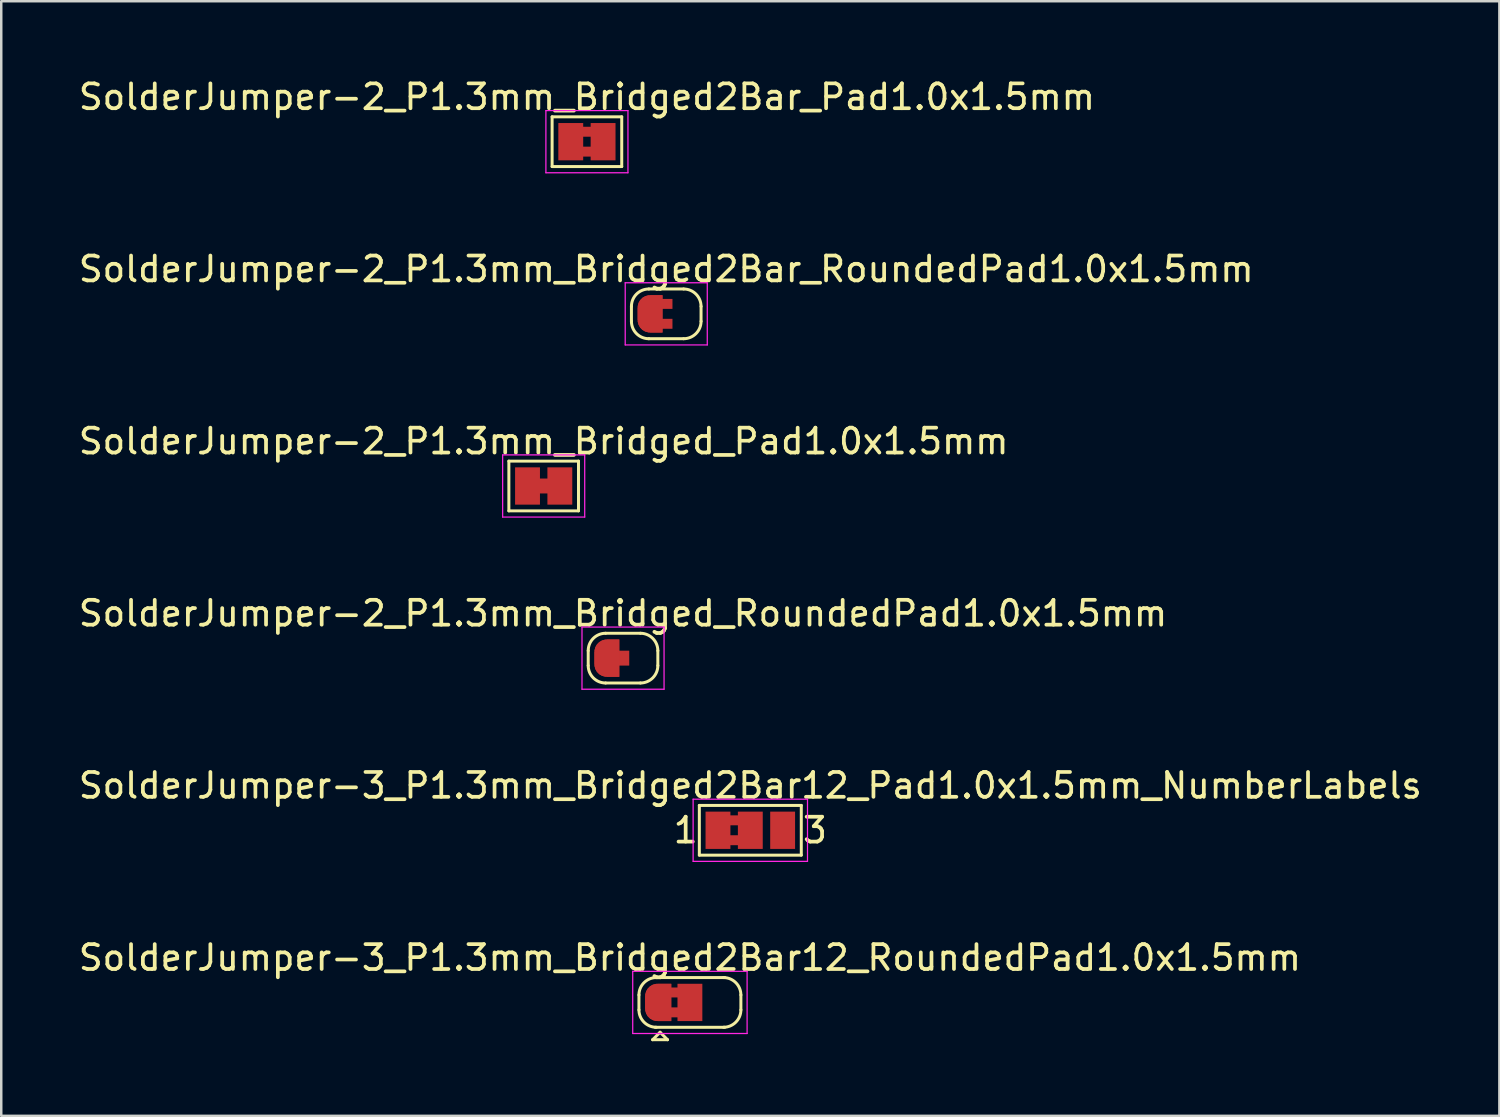
<source format=kicad_pcb>
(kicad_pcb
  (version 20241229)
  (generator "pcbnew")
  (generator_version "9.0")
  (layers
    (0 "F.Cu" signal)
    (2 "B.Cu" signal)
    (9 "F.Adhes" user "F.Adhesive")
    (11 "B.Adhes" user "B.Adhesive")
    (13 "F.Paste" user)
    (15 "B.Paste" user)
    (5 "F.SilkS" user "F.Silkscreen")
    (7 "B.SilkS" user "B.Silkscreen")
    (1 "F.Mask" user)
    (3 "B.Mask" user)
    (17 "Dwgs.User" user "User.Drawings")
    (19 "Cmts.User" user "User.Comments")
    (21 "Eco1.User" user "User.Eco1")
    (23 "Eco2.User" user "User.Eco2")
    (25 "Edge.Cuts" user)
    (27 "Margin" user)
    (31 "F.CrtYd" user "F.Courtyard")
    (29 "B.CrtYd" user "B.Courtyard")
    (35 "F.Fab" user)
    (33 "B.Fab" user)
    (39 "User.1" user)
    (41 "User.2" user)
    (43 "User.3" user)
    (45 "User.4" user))
  (footprint "SolderJumper-3_P1.3mm_Bridged2Bar12_RoundedPad1.0x1.5mm"
    (layer "F.Cu")
    (at 24.696 37.264)
    (property "Reference" "SolderJumper-3_P1.3mm_Bridged2Bar12_RoundedPad1.0x1.5mm" (at 0 -1.8 0) (layer "F.SilkS") (effects (font (size 1 1) (thickness 0.15))))
    (attr exclude_from_pos_files exclude_from_bom)
    (fp_poly (pts (xy -0.85 -0.6) (xy -0.85 -0.2) (xy -0.4 -0.2) (xy -0.4 -0.6)) (stroke (width 0) (type solid)) (fill yes) (layer "F.Cu"))
    (fp_poly (pts (xy -0.85 0.2) (xy -0.85 0.6) (xy -0.4 0.6) (xy -0.4 0.2)) (stroke (width 0) (type solid)) (fill yes) (layer "F.Cu"))
    (fp_line (start -2.05 0.3) (end -2.05 -0.3) (stroke (width 0.12) (type solid)) (layer "F.SilkS"))
    (fp_line (start -1.5 1.5) (end -0.9 1.5) (stroke (width 0.12) (type solid)) (layer "F.SilkS"))
    (fp_line (start -1.4 -1) (end 1.4 -1) (stroke (width 0.12) (type solid)) (layer "F.SilkS"))
    (fp_line (start -1.2 1.2) (end -1.5 1.5) (stroke (width 0.12) (type solid)) (layer "F.SilkS"))
    (fp_line (start -1.2 1.2) (end -0.9 1.5) (stroke (width 0.12) (type solid)) (layer "F.SilkS"))
    (fp_line (start 1.4 1) (end -1.4 1) (stroke (width 0.12) (type solid)) (layer "F.SilkS"))
    (fp_line (start 2.05 -0.3) (end 2.05 0.3) (stroke (width 0.12) (type solid)) (layer "F.SilkS"))
    (fp_arc (start -2.05 -0.3) (mid -1.844975 -0.794975) (end -1.35 -1) (stroke (width 0.12) (type solid)) (layer "F.SilkS"))
    (fp_arc (start -1.35 1) (mid -1.844975 0.794975) (end -2.05 0.3) (stroke (width 0.12) (type solid)) (layer "F.SilkS"))
    (fp_arc (start 1.35 -1) (mid 1.844975 -0.794975) (end 2.05 -0.3) (stroke (width 0.12) (type solid)) (layer "F.SilkS"))
    (fp_arc (start 2.05 0.3) (mid 1.844975 0.794975) (end 1.35 1) (stroke (width 0.12) (type solid)) (layer "F.SilkS"))
    (fp_line (start -2.3 -1.25) (end -2.3 1.25) (stroke (width 0.05) (type solid)) (layer "F.CrtYd"))
    (fp_line (start -2.3 -1.25) (end 2.3 -1.25) (stroke (width 0.05) (type solid)) (layer "F.CrtYd"))
    (fp_line (start 2.3 1.25) (end -2.3 1.25) (stroke (width 0.05) (type solid)) (layer "F.CrtYd"))
    (fp_line (start 2.3 1.25) (end 2.3 -1.25) (stroke (width 0.05) (type solid)) (layer "F.CrtYd"))
    (pad "1" smd custom (at -1.3 0) (size 1 0.5) (layers "F.Cu" "F.Mask") (options (anchor rect)) (primitives (gr_circle (center 0 0.25) (end 0.5 0.25) (width 0) (fill yes)) (gr_circle (center 0 -0.25) (end 0.5 -0.25) (width 0) (fill yes)) (gr_poly (pts (xy 0.55 -0.75) (xy 0 -0.75) (xy 0 0.75) (xy 0.55 0.75)) (width 0) (fill yes))))
    (pad "1" smd custom (at -1.3 0) (size 1 0.5) (layers "F.Cu" "F.Mask") (options (anchor rect)) (primitives (gr_circle (center 0 0.25) (end 0.5 0.25) (width 0) (fill yes)) (gr_circle (center 0 -0.25) (end 0.5 -0.25) (width 0) (fill yes)) (gr_poly (pts (xy 0.55 -0.75) (xy 0 -0.75) (xy 0 0.75) (xy 0.55 0.75)) (width 0) (fill yes))))
    (pad "2" smd rect (at 0 0) (size 1 1.5) (layers "F.Cu" "F.Mask")))
  (footprint "SolderJumper-2_P1.3mm_Bridged_Pad1.0x1.5mm"
    (layer "F.Cu")
    (at 18.815 16.495)
    (property "Reference" "SolderJumper-2_P1.3mm_Bridged_Pad1.0x1.5mm" (at 0 -1.8 0) (layer "F.SilkS") (effects (font (size 1 1) (thickness 0.15))))
    (attr exclude_from_pos_files exclude_from_bom)
    (fp_poly (pts (xy -0.25 -0.3) (xy -0.25 0.3) (xy 0.25 0.3) (xy 0.25 -0.3)) (stroke (width 0) (type solid)) (fill yes) (layer "F.Cu"))
    (fp_line (start -1.4 -1) (end 1.4 -1) (stroke (width 0.12) (type solid)) (layer "F.SilkS"))
    (fp_line (start -1.4 1) (end -1.4 -1) (stroke (width 0.12) (type solid)) (layer "F.SilkS"))
    (fp_line (start 1.4 -1) (end 1.4 1) (stroke (width 0.12) (type solid)) (layer "F.SilkS"))
    (fp_line (start 1.4 1) (end -1.4 1) (stroke (width 0.12) (type solid)) (layer "F.SilkS"))
    (fp_line (start -1.65 -1.25) (end -1.65 1.25) (stroke (width 0.05) (type solid)) (layer "F.CrtYd"))
    (fp_line (start -1.65 -1.25) (end 1.65 -1.25) (stroke (width 0.05) (type solid)) (layer "F.CrtYd"))
    (fp_line (start 1.65 1.25) (end -1.65 1.25) (stroke (width 0.05) (type solid)) (layer "F.CrtYd"))
    (fp_line (start 1.65 1.25) (end 1.65 -1.25) (stroke (width 0.05) (type solid)) (layer "F.CrtYd"))
    (pad "1" smd rect (at -0.65 0) (size 1 1.5) (layers "F.Cu" "F.Mask"))
    (pad "2" smd rect (at 0.65 0) (size 1 1.5) (layers "F.Cu" "F.Mask")))
  (footprint "SolderJumper-2_P1.3mm_Bridged2Bar_Pad1.0x1.5mm"
    (layer "F.Cu")
    (at 20.554 2.648)
    (property "Reference" "SolderJumper-2_P1.3mm_Bridged2Bar_Pad1.0x1.5mm" (at 0 -1.8 0) (layer "F.SilkS") (effects (font (size 1 1) (thickness 0.15))))
    (attr exclude_from_pos_files exclude_from_bom)
    (fp_poly (pts (xy -0.25 -0.6) (xy -0.25 -0.2) (xy 0.25 -0.2) (xy 0.25 -0.6)) (stroke (width 0) (type solid)) (fill yes) (layer "F.Cu"))
    (fp_poly (pts (xy -0.25 0.2) (xy -0.25 0.6) (xy 0.25 0.6) (xy 0.25 0.2)) (stroke (width 0) (type solid)) (fill yes) (layer "F.Cu"))
    (fp_line (start -1.4 -1) (end 1.4 -1) (stroke (width 0.12) (type solid)) (layer "F.SilkS"))
    (fp_line (start -1.4 1) (end -1.4 -1) (stroke (width 0.12) (type solid)) (layer "F.SilkS"))
    (fp_line (start 1.4 -1) (end 1.4 1) (stroke (width 0.12) (type solid)) (layer "F.SilkS"))
    (fp_line (start 1.4 1) (end -1.4 1) (stroke (width 0.12) (type solid)) (layer "F.SilkS"))
    (fp_line (start -1.65 -1.25) (end -1.65 1.25) (stroke (width 0.05) (type solid)) (layer "F.CrtYd"))
    (fp_line (start -1.65 -1.25) (end 1.65 -1.25) (stroke (width 0.05) (type solid)) (layer "F.CrtYd"))
    (fp_line (start 1.65 1.25) (end -1.65 1.25) (stroke (width 0.05) (type solid)) (layer "F.CrtYd"))
    (fp_line (start 1.65 1.25) (end 1.65 -1.25) (stroke (width 0.05) (type solid)) (layer "F.CrtYd"))
    (pad "1" smd custom (at -0.65 0) (size 1 1.5) (layers "F.Cu" "F.Mask") (options (anchor rect)) (primitives))
    (pad "2" smd rect (at 0.65 0) (size 1 1.5) (layers "F.Cu" "F.Mask")))
  (footprint "SolderJumper-2_P1.3mm_Bridged_RoundedPad1.0x1.5mm"
    (layer "F.Cu")
    (at 22.006 23.418)
    (property "Reference" "SolderJumper-2_P1.3mm_Bridged_RoundedPad1.0x1.5mm" (at 0 -1.8 0) (layer "F.SilkS") (effects (font (size 1 1) (thickness 0.15))))
    (attr exclude_from_pos_files exclude_from_bom)
    (fp_poly (pts (xy -0.25 -0.3) (xy -0.25 0.3) (xy 0.25 0.3) (xy 0.25 -0.3)) (stroke (width 0) (type solid)) (fill yes) (layer "F.Cu"))
    (fp_line (start -1.4 0.3) (end -1.4 -0.3) (stroke (width 0.12) (type solid)) (layer "F.SilkS"))
    (fp_line (start -0.7 -1) (end 0.7 -1) (stroke (width 0.12) (type solid)) (layer "F.SilkS"))
    (fp_line (start 0.7 1) (end -0.7 1) (stroke (width 0.12) (type solid)) (layer "F.SilkS"))
    (fp_line (start 1.4 -0.3) (end 1.4 0.3) (stroke (width 0.12) (type solid)) (layer "F.SilkS"))
    (fp_arc (start -1.4 -0.3) (mid -1.194975 -0.794975) (end -0.7 -1) (stroke (width 0.12) (type solid)) (layer "F.SilkS"))
    (fp_arc (start -0.7 1) (mid -1.194975 0.794975) (end -1.4 0.3) (stroke (width 0.12) (type solid)) (layer "F.SilkS"))
    (fp_arc (start 0.7 -1) (mid 1.194975 -0.794975) (end 1.4 -0.3) (stroke (width 0.12) (type solid)) (layer "F.SilkS"))
    (fp_arc (start 1.4 0.3) (mid 1.194975 0.794975) (end 0.7 1) (stroke (width 0.12) (type solid)) (layer "F.SilkS"))
    (fp_line (start -1.65 -1.25) (end -1.65 1.25) (stroke (width 0.05) (type solid)) (layer "F.CrtYd"))
    (fp_line (start -1.65 -1.25) (end 1.65 -1.25) (stroke (width 0.05) (type solid)) (layer "F.CrtYd"))
    (fp_line (start 1.65 1.25) (end -1.65 1.25) (stroke (width 0.05) (type solid)) (layer "F.CrtYd"))
    (fp_line (start 1.65 1.25) (end 1.65 -1.25) (stroke (width 0.05) (type solid)) (layer "F.CrtYd"))
    (pad "1" smd custom (at -0.65 0) (size 1 0.5) (layers "F.Cu" "F.Mask") (options (anchor rect)) (primitives (gr_circle (center 0 0.25) (end 0.5 0.25) (width 0) (fill yes)) (gr_circle (center 0 -0.25) (end 0.5 -0.25) (width 0) (fill yes)) (gr_poly (pts (xy 0 -0.75) (xy 0.5 -0.75) (xy 0.5 0.75) (xy 0 0.75)) (width 0) (fill yes))))
    (pad "1" smd custom (at -0.65 0) (size 1 0.5) (layers "F.Cu" "F.Mask") (options (anchor rect)) (primitives (gr_circle (center 0 0.25) (end 0.5 0.25) (width 0) (fill yes)) (gr_circle (center 0 -0.25) (end 0.5 -0.25) (width 0) (fill yes)) (gr_poly (pts (xy 0 -0.75) (xy 0.5 -0.75) (xy 0.5 0.75) (xy 0 0.75)) (width 0) (fill yes)))))
  (footprint "SolderJumper-2_P1.3mm_Bridged2Bar_RoundedPad1.0x1.5mm"
    (layer "F.Cu")
    (at 23.744 9.572)
    (property "Reference" "SolderJumper-2_P1.3mm_Bridged2Bar_RoundedPad1.0x1.5mm" (at 0 -1.8 0) (layer "F.SilkS") (effects (font (size 1 1) (thickness 0.15))))
    (attr exclude_from_pos_files exclude_from_bom)
    (fp_poly (pts (xy -0.25 -0.6) (xy -0.25 -0.2) (xy 0.25 -0.2) (xy 0.25 -0.6)) (stroke (width 0) (type solid)) (fill yes) (layer "F.Cu"))
    (fp_poly (pts (xy 0.25 0.2) (xy -0.25 0.2) (xy -0.25 0.6) (xy 0.25 0.6)) (stroke (width 0) (type solid)) (fill yes) (layer "F.Cu"))
    (fp_line (start -1.4 0.3) (end -1.4 -0.3) (stroke (width 0.12) (type solid)) (layer "F.SilkS"))
    (fp_line (start -0.7 -1) (end 0.7 -1) (stroke (width 0.12) (type solid)) (layer "F.SilkS"))
    (fp_line (start 0.7 1) (end -0.7 1) (stroke (width 0.12) (type solid)) (layer "F.SilkS"))
    (fp_line (start 1.4 -0.3) (end 1.4 0.3) (stroke (width 0.12) (type solid)) (layer "F.SilkS"))
    (fp_arc (start -1.4 -0.3) (mid -1.194975 -0.794975) (end -0.7 -1) (stroke (width 0.12) (type solid)) (layer "F.SilkS"))
    (fp_arc (start -0.7 1) (mid -1.194975 0.794975) (end -1.4 0.3) (stroke (width 0.12) (type solid)) (layer "F.SilkS"))
    (fp_arc (start 0.7 -1) (mid 1.194975 -0.794975) (end 1.4 -0.3) (stroke (width 0.12) (type solid)) (layer "F.SilkS"))
    (fp_arc (start 1.4 0.3) (mid 1.194975 0.794975) (end 0.7 1) (stroke (width 0.12) (type solid)) (layer "F.SilkS"))
    (fp_line (start -1.65 -1.25) (end -1.65 1.25) (stroke (width 0.05) (type solid)) (layer "F.CrtYd"))
    (fp_line (start -1.65 -1.25) (end 1.65 -1.25) (stroke (width 0.05) (type solid)) (layer "F.CrtYd"))
    (fp_line (start 1.65 1.25) (end -1.65 1.25) (stroke (width 0.05) (type solid)) (layer "F.CrtYd"))
    (fp_line (start 1.65 1.25) (end 1.65 -1.25) (stroke (width 0.05) (type solid)) (layer "F.CrtYd"))
    (pad "1" smd custom (at -0.65 0) (size 1 0.5) (layers "F.Cu" "F.Mask") (options (anchor rect)) (primitives (gr_circle (center 0 0.25) (end 0.5 0.25) (width 0) (fill yes)) (gr_circle (center 0 -0.25) (end 0.5 -0.25) (width 0) (fill yes)) (gr_poly (pts (xy 0.5 0.75) (xy 0.5 -0.75) (xy 0 -0.75) (xy 0 0.75)) (width 0) (fill yes))))
    (pad "1" smd custom (at -0.65 0) (size 1 0.5) (layers "F.Cu" "F.Mask") (options (anchor rect)) (primitives (gr_circle (center 0 0.25) (end 0.5 0.25) (width 0) (fill yes)) (gr_circle (center 0 -0.25) (end 0.5 -0.25) (width 0) (fill yes)) (gr_poly (pts (xy 0.5 0.75) (xy 0.5 -0.75) (xy 0 -0.75) (xy 0 0.75)) (width 0) (fill yes)))))
  (footprint "SolderJumper-3_P1.3mm_Bridged2Bar12_Pad1.0x1.5mm_NumberLabels"
    (layer "F.Cu")
    (at 27.125 30.341)
    (property "Reference" "SolderJumper-3_P1.3mm_Bridged2Bar12_Pad1.0x1.5mm_NumberLabels" (at 0 -1.8 0) (layer "F.SilkS") (effects (font (size 1 1) (thickness 0.15))))
    (attr exclude_from_pos_files exclude_from_bom)
    (fp_poly (pts (xy -0.9 -0.6) (xy -0.9 -0.2) (xy -0.4 -0.2) (xy -0.4 -0.6)) (stroke (width 0) (type solid)) (fill yes) (layer "F.Cu"))
    (fp_poly (pts (xy -0.9 0.2) (xy -0.9 0.6) (xy -0.4 0.6) (xy -0.4 0.2)) (stroke (width 0) (type solid)) (fill yes) (layer "F.Cu"))
    (fp_line (start -2.05 -1) (end 2.05 -1) (stroke (width 0.12) (type solid)) (layer "F.SilkS"))
    (fp_line (start -2.05 1) (end -2.05 -1) (stroke (width 0.12) (type solid)) (layer "F.SilkS"))
    (fp_line (start 2.05 -1) (end 2.05 1) (stroke (width 0.12) (type solid)) (layer "F.SilkS"))
    (fp_line (start 2.05 1) (end -2.05 1) (stroke (width 0.12) (type solid)) (layer "F.SilkS"))
    (fp_line (start -2.3 -1.25) (end -2.3 1.25) (stroke (width 0.05) (type solid)) (layer "F.CrtYd"))
    (fp_line (start -2.3 -1.25) (end 2.3 -1.25) (stroke (width 0.05) (type solid)) (layer "F.CrtYd"))
    (fp_line (start 2.3 1.25) (end -2.3 1.25) (stroke (width 0.05) (type solid)) (layer "F.CrtYd"))
    (fp_line (start 2.3 1.25) (end 2.3 -1.25) (stroke (width 0.05) (type solid)) (layer "F.CrtYd"))
    (fp_text user "1" (at -2.6 0 0) (layer "F.SilkS") (effects (font (size 1 1) (thickness 0.15))))
    (fp_text user "3" (at 2.6 0 0) (layer "F.SilkS") (effects (font (size 1 1) (thickness 0.15))))
    (pad "1" smd rect (at -1.3 0) (size 1 1.5) (layers "F.Cu" "F.Mask"))
    (pad "2" smd rect (at 0 0) (size 1 1.5) (layers "F.Cu" "F.Mask"))
    (pad "3" smd rect (at 1.3 0) (size 1 1.5) (layers "F.Cu" "F.Mask")))
  (gr_rect
    (start -3 -3)
    (end 57.25 41.825)
    (stroke (width 0.1) (type default))
    (fill no)
    (layer "Edge.Cuts")))
</source>
